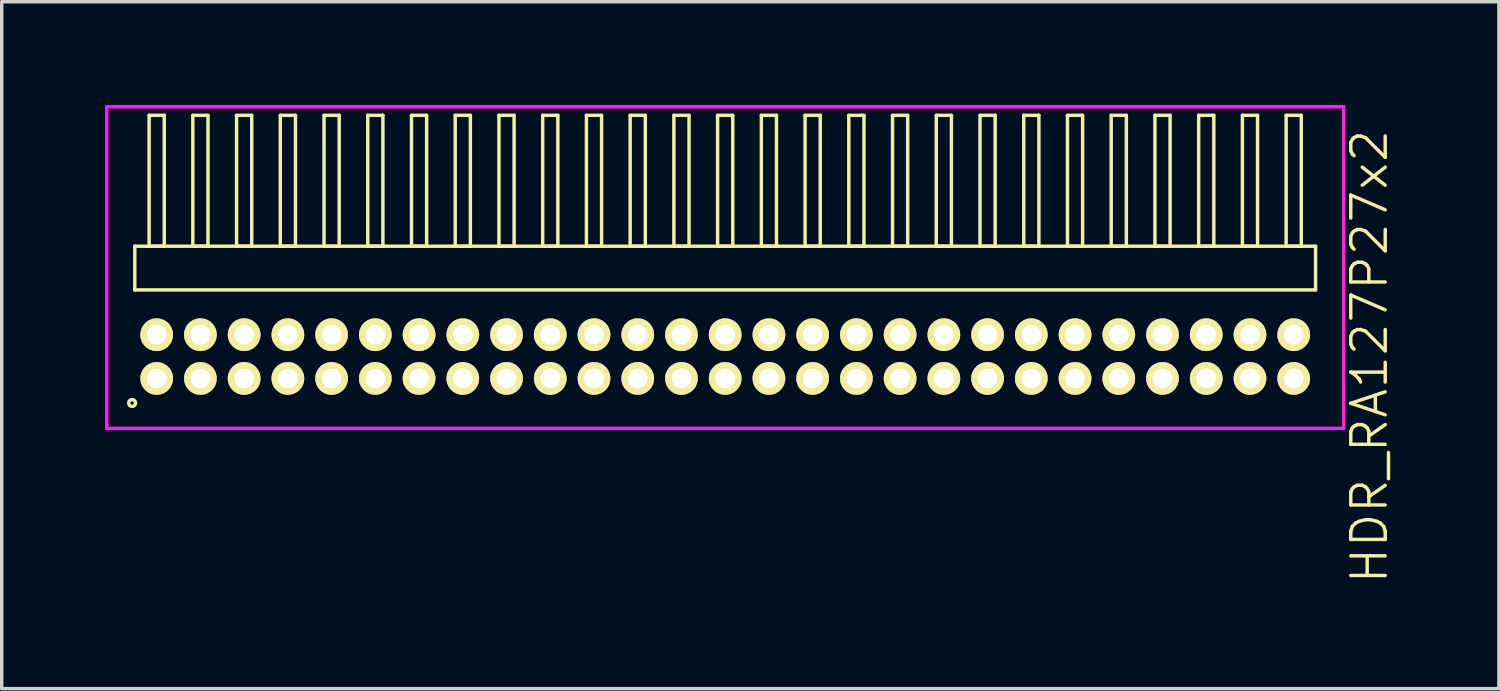
<source format=kicad_pcb>
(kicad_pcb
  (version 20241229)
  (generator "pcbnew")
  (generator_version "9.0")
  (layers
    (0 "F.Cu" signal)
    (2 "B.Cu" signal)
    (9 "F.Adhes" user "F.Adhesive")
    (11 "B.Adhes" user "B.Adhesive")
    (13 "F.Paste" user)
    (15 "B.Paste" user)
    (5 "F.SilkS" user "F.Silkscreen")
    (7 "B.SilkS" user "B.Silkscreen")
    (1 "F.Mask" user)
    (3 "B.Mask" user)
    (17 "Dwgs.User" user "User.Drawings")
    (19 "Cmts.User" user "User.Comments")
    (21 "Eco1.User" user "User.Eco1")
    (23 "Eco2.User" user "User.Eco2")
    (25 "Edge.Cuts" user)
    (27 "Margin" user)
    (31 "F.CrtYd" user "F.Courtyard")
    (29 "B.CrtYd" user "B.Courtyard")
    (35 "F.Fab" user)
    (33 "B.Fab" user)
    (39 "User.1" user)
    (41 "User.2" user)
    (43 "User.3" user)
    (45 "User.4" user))
  (footprint "HDR_RA127P27x2"
    (layer "F.Cu")
    (at 18.01 7.305)
    (property "Reference" "HDR_RA127P27x2" (at 18.71 0 90) (layer "F.SilkS") (effects (font (size 1 1) (thickness 0.1))))
    (attr through_hole)
    (fp_line (start -17.145 -3.205) (end -17.145 -1.935) (stroke (width 0.1) (type solid)) (layer "F.SilkS"))
    (fp_line (start -17.145 -1.935) (end 17.145 -1.935) (stroke (width 0.1) (type solid)) (layer "F.SilkS"))
    (fp_line (start -16.73 -7.005) (end -16.73 -3.205) (stroke (width 0.1) (type solid)) (layer "F.SilkS"))
    (fp_line (start -16.73 -3.205) (end -16.29 -3.205) (stroke (width 0.1) (type solid)) (layer "F.SilkS"))
    (fp_line (start -16.29 -7.005) (end -16.73 -7.005) (stroke (width 0.1) (type solid)) (layer "F.SilkS"))
    (fp_line (start -16.29 -3.205) (end -16.29 -7.005) (stroke (width 0.1) (type solid)) (layer "F.SilkS"))
    (fp_line (start -15.46 -7.005) (end -15.46 -3.205) (stroke (width 0.1) (type solid)) (layer "F.SilkS"))
    (fp_line (start -15.46 -3.205) (end -15.02 -3.205) (stroke (width 0.1) (type solid)) (layer "F.SilkS"))
    (fp_line (start -15.02 -7.005) (end -15.46 -7.005) (stroke (width 0.1) (type solid)) (layer "F.SilkS"))
    (fp_line (start -15.02 -3.205) (end -15.02 -7.005) (stroke (width 0.1) (type solid)) (layer "F.SilkS"))
    (fp_line (start -14.19 -7.005) (end -14.19 -3.205) (stroke (width 0.1) (type solid)) (layer "F.SilkS"))
    (fp_line (start -14.19 -3.205) (end -13.75 -3.205) (stroke (width 0.1) (type solid)) (layer "F.SilkS"))
    (fp_line (start -13.75 -7.005) (end -14.19 -7.005) (stroke (width 0.1) (type solid)) (layer "F.SilkS"))
    (fp_line (start -13.75 -3.205) (end -13.75 -7.005) (stroke (width 0.1) (type solid)) (layer "F.SilkS"))
    (fp_line (start -12.92 -7.005) (end -12.92 -3.205) (stroke (width 0.1) (type solid)) (layer "F.SilkS"))
    (fp_line (start -12.92 -3.205) (end -12.48 -3.205) (stroke (width 0.1) (type solid)) (layer "F.SilkS"))
    (fp_line (start -12.48 -7.005) (end -12.92 -7.005) (stroke (width 0.1) (type solid)) (layer "F.SilkS"))
    (fp_line (start -12.48 -3.205) (end -12.48 -7.005) (stroke (width 0.1) (type solid)) (layer "F.SilkS"))
    (fp_line (start -11.65 -7.005) (end -11.65 -3.205) (stroke (width 0.1) (type solid)) (layer "F.SilkS"))
    (fp_line (start -11.65 -3.205) (end -11.21 -3.205) (stroke (width 0.1) (type solid)) (layer "F.SilkS"))
    (fp_line (start -11.21 -7.005) (end -11.65 -7.005) (stroke (width 0.1) (type solid)) (layer "F.SilkS"))
    (fp_line (start -11.21 -3.205) (end -11.21 -7.005) (stroke (width 0.1) (type solid)) (layer "F.SilkS"))
    (fp_line (start -10.38 -7.005) (end -10.38 -3.205) (stroke (width 0.1) (type solid)) (layer "F.SilkS"))
    (fp_line (start -10.38 -3.205) (end -9.94 -3.205) (stroke (width 0.1) (type solid)) (layer "F.SilkS"))
    (fp_line (start -9.94 -7.005) (end -10.38 -7.005) (stroke (width 0.1) (type solid)) (layer "F.SilkS"))
    (fp_line (start -9.94 -3.205) (end -9.94 -7.005) (stroke (width 0.1) (type solid)) (layer "F.SilkS"))
    (fp_line (start -9.11 -7.005) (end -9.11 -3.205) (stroke (width 0.1) (type solid)) (layer "F.SilkS"))
    (fp_line (start -9.11 -3.205) (end -8.67 -3.205) (stroke (width 0.1) (type solid)) (layer "F.SilkS"))
    (fp_line (start -8.67 -7.005) (end -9.11 -7.005) (stroke (width 0.1) (type solid)) (layer "F.SilkS"))
    (fp_line (start -8.67 -3.205) (end -8.67 -7.005) (stroke (width 0.1) (type solid)) (layer "F.SilkS"))
    (fp_line (start -7.84 -7.005) (end -7.84 -3.205) (stroke (width 0.1) (type solid)) (layer "F.SilkS"))
    (fp_line (start -7.84 -3.205) (end -7.4 -3.205) (stroke (width 0.1) (type solid)) (layer "F.SilkS"))
    (fp_line (start -7.4 -7.005) (end -7.84 -7.005) (stroke (width 0.1) (type solid)) (layer "F.SilkS"))
    (fp_line (start -7.4 -3.205) (end -7.4 -7.005) (stroke (width 0.1) (type solid)) (layer "F.SilkS"))
    (fp_line (start -6.57 -7.005) (end -6.57 -3.205) (stroke (width 0.1) (type solid)) (layer "F.SilkS"))
    (fp_line (start -6.57 -3.205) (end -6.13 -3.205) (stroke (width 0.1) (type solid)) (layer "F.SilkS"))
    (fp_line (start -6.13 -7.005) (end -6.57 -7.005) (stroke (width 0.1) (type solid)) (layer "F.SilkS"))
    (fp_line (start -6.13 -3.205) (end -6.13 -7.005) (stroke (width 0.1) (type solid)) (layer "F.SilkS"))
    (fp_line (start -5.3 -7.005) (end -5.3 -3.205) (stroke (width 0.1) (type solid)) (layer "F.SilkS"))
    (fp_line (start -5.3 -3.205) (end -4.86 -3.205) (stroke (width 0.1) (type solid)) (layer "F.SilkS"))
    (fp_line (start -4.86 -7.005) (end -5.3 -7.005) (stroke (width 0.1) (type solid)) (layer "F.SilkS"))
    (fp_line (start -4.86 -3.205) (end -4.86 -7.005) (stroke (width 0.1) (type solid)) (layer "F.SilkS"))
    (fp_line (start -4.03 -7.005) (end -4.03 -3.205) (stroke (width 0.1) (type solid)) (layer "F.SilkS"))
    (fp_line (start -4.03 -3.205) (end -3.59 -3.205) (stroke (width 0.1) (type solid)) (layer "F.SilkS"))
    (fp_line (start -3.59 -7.005) (end -4.03 -7.005) (stroke (width 0.1) (type solid)) (layer "F.SilkS"))
    (fp_line (start -3.59 -3.205) (end -3.59 -7.005) (stroke (width 0.1) (type solid)) (layer "F.SilkS"))
    (fp_line (start -2.76 -7.005) (end -2.76 -3.205) (stroke (width 0.1) (type solid)) (layer "F.SilkS"))
    (fp_line (start -2.76 -3.205) (end -2.32 -3.205) (stroke (width 0.1) (type solid)) (layer "F.SilkS"))
    (fp_line (start -2.32 -7.005) (end -2.76 -7.005) (stroke (width 0.1) (type solid)) (layer "F.SilkS"))
    (fp_line (start -2.32 -3.205) (end -2.32 -7.005) (stroke (width 0.1) (type solid)) (layer "F.SilkS"))
    (fp_line (start -1.49 -7.005) (end -1.49 -3.205) (stroke (width 0.1) (type solid)) (layer "F.SilkS"))
    (fp_line (start -1.49 -3.205) (end -1.05 -3.205) (stroke (width 0.1) (type solid)) (layer "F.SilkS"))
    (fp_line (start -1.05 -7.005) (end -1.49 -7.005) (stroke (width 0.1) (type solid)) (layer "F.SilkS"))
    (fp_line (start -1.05 -3.205) (end -1.05 -7.005) (stroke (width 0.1) (type solid)) (layer "F.SilkS"))
    (fp_line (start -0.22 -7.005) (end -0.22 -3.205) (stroke (width 0.1) (type solid)) (layer "F.SilkS"))
    (fp_line (start -0.22 -3.205) (end 0.22 -3.205) (stroke (width 0.1) (type solid)) (layer "F.SilkS"))
    (fp_line (start 0.22 -7.005) (end -0.22 -7.005) (stroke (width 0.1) (type solid)) (layer "F.SilkS"))
    (fp_line (start 0.22 -3.205) (end 0.22 -7.005) (stroke (width 0.1) (type solid)) (layer "F.SilkS"))
    (fp_line (start 1.05 -7.005) (end 1.05 -3.205) (stroke (width 0.1) (type solid)) (layer "F.SilkS"))
    (fp_line (start 1.05 -3.205) (end 1.49 -3.205) (stroke (width 0.1) (type solid)) (layer "F.SilkS"))
    (fp_line (start 1.49 -7.005) (end 1.05 -7.005) (stroke (width 0.1) (type solid)) (layer "F.SilkS"))
    (fp_line (start 1.49 -3.205) (end 1.49 -7.005) (stroke (width 0.1) (type solid)) (layer "F.SilkS"))
    (fp_line (start 2.32 -7.005) (end 2.32 -3.205) (stroke (width 0.1) (type solid)) (layer "F.SilkS"))
    (fp_line (start 2.32 -3.205) (end 2.76 -3.205) (stroke (width 0.1) (type solid)) (layer "F.SilkS"))
    (fp_line (start 2.76 -7.005) (end 2.32 -7.005) (stroke (width 0.1) (type solid)) (layer "F.SilkS"))
    (fp_line (start 2.76 -3.205) (end 2.76 -7.005) (stroke (width 0.1) (type solid)) (layer "F.SilkS"))
    (fp_line (start 3.59 -7.005) (end 3.59 -3.205) (stroke (width 0.1) (type solid)) (layer "F.SilkS"))
    (fp_line (start 3.59 -3.205) (end 4.03 -3.205) (stroke (width 0.1) (type solid)) (layer "F.SilkS"))
    (fp_line (start 4.03 -7.005) (end 3.59 -7.005) (stroke (width 0.1) (type solid)) (layer "F.SilkS"))
    (fp_line (start 4.03 -3.205) (end 4.03 -7.005) (stroke (width 0.1) (type solid)) (layer "F.SilkS"))
    (fp_line (start 4.86 -7.005) (end 4.86 -3.205) (stroke (width 0.1) (type solid)) (layer "F.SilkS"))
    (fp_line (start 4.86 -3.205) (end 5.3 -3.205) (stroke (width 0.1) (type solid)) (layer "F.SilkS"))
    (fp_line (start 5.3 -7.005) (end 4.86 -7.005) (stroke (width 0.1) (type solid)) (layer "F.SilkS"))
    (fp_line (start 5.3 -3.205) (end 5.3 -7.005) (stroke (width 0.1) (type solid)) (layer "F.SilkS"))
    (fp_line (start 6.13 -7.005) (end 6.13 -3.205) (stroke (width 0.1) (type solid)) (layer "F.SilkS"))
    (fp_line (start 6.13 -3.205) (end 6.57 -3.205) (stroke (width 0.1) (type solid)) (layer "F.SilkS"))
    (fp_line (start 6.57 -7.005) (end 6.13 -7.005) (stroke (width 0.1) (type solid)) (layer "F.SilkS"))
    (fp_line (start 6.57 -3.205) (end 6.57 -7.005) (stroke (width 0.1) (type solid)) (layer "F.SilkS"))
    (fp_line (start 7.4 -7.005) (end 7.4 -3.205) (stroke (width 0.1) (type solid)) (layer "F.SilkS"))
    (fp_line (start 7.4 -3.205) (end 7.84 -3.205) (stroke (width 0.1) (type solid)) (layer "F.SilkS"))
    (fp_line (start 7.84 -7.005) (end 7.4 -7.005) (stroke (width 0.1) (type solid)) (layer "F.SilkS"))
    (fp_line (start 7.84 -3.205) (end 7.84 -7.005) (stroke (width 0.1) (type solid)) (layer "F.SilkS"))
    (fp_line (start 8.67 -7.005) (end 8.67 -3.205) (stroke (width 0.1) (type solid)) (layer "F.SilkS"))
    (fp_line (start 8.67 -3.205) (end 9.11 -3.205) (stroke (width 0.1) (type solid)) (layer "F.SilkS"))
    (fp_line (start 9.11 -7.005) (end 8.67 -7.005) (stroke (width 0.1) (type solid)) (layer "F.SilkS"))
    (fp_line (start 9.11 -3.205) (end 9.11 -7.005) (stroke (width 0.1) (type solid)) (layer "F.SilkS"))
    (fp_line (start 9.94 -7.005) (end 9.94 -3.205) (stroke (width 0.1) (type solid)) (layer "F.SilkS"))
    (fp_line (start 9.94 -3.205) (end 10.38 -3.205) (stroke (width 0.1) (type solid)) (layer "F.SilkS"))
    (fp_line (start 10.38 -7.005) (end 9.94 -7.005) (stroke (width 0.1) (type solid)) (layer "F.SilkS"))
    (fp_line (start 10.38 -3.205) (end 10.38 -7.005) (stroke (width 0.1) (type solid)) (layer "F.SilkS"))
    (fp_line (start 11.21 -7.005) (end 11.21 -3.205) (stroke (width 0.1) (type solid)) (layer "F.SilkS"))
    (fp_line (start 11.21 -3.205) (end 11.65 -3.205) (stroke (width 0.1) (type solid)) (layer "F.SilkS"))
    (fp_line (start 11.65 -7.005) (end 11.21 -7.005) (stroke (width 0.1) (type solid)) (layer "F.SilkS"))
    (fp_line (start 11.65 -3.205) (end 11.65 -7.005) (stroke (width 0.1) (type solid)) (layer "F.SilkS"))
    (fp_line (start 12.48 -7.005) (end 12.48 -3.205) (stroke (width 0.1) (type solid)) (layer "F.SilkS"))
    (fp_line (start 12.48 -3.205) (end 12.92 -3.205) (stroke (width 0.1) (type solid)) (layer "F.SilkS"))
    (fp_line (start 12.92 -7.005) (end 12.48 -7.005) (stroke (width 0.1) (type solid)) (layer "F.SilkS"))
    (fp_line (start 12.92 -3.205) (end 12.92 -7.005) (stroke (width 0.1) (type solid)) (layer "F.SilkS"))
    (fp_line (start 13.75 -7.005) (end 13.75 -3.205) (stroke (width 0.1) (type solid)) (layer "F.SilkS"))
    (fp_line (start 13.75 -3.205) (end 14.19 -3.205) (stroke (width 0.1) (type solid)) (layer "F.SilkS"))
    (fp_line (start 14.19 -7.005) (end 13.75 -7.005) (stroke (width 0.1) (type solid)) (layer "F.SilkS"))
    (fp_line (start 14.19 -3.205) (end 14.19 -7.005) (stroke (width 0.1) (type solid)) (layer "F.SilkS"))
    (fp_line (start 15.02 -7.005) (end 15.02 -3.205) (stroke (width 0.1) (type solid)) (layer "F.SilkS"))
    (fp_line (start 15.02 -3.205) (end 15.46 -3.205) (stroke (width 0.1) (type solid)) (layer "F.SilkS"))
    (fp_line (start 15.46 -7.005) (end 15.02 -7.005) (stroke (width 0.1) (type solid)) (layer "F.SilkS"))
    (fp_line (start 15.46 -3.205) (end 15.46 -7.005) (stroke (width 0.1) (type solid)) (layer "F.SilkS"))
    (fp_line (start 16.29 -7.005) (end 16.29 -3.205) (stroke (width 0.1) (type solid)) (layer "F.SilkS"))
    (fp_line (start 16.29 -3.205) (end 16.73 -3.205) (stroke (width 0.1) (type solid)) (layer "F.SilkS"))
    (fp_line (start 16.73 -7.005) (end 16.29 -7.005) (stroke (width 0.1) (type solid)) (layer "F.SilkS"))
    (fp_line (start 16.73 -3.205) (end 16.73 -7.005) (stroke (width 0.1) (type solid)) (layer "F.SilkS"))
    (fp_line (start 17.145 -3.205) (end -17.145 -3.205) (stroke (width 0.1) (type solid)) (layer "F.SilkS"))
    (fp_line (start 17.145 -1.935) (end 17.145 -3.205) (stroke (width 0.1) (type solid)) (layer "F.SilkS"))
    (fp_circle (center -17.223 1.348) (end -17.123 1.348) (stroke (width 0.1) (type solid)) (fill no) (layer "F.SilkS"))
    (fp_line (start -17.96 -7.255) (end -17.96 2.085) (stroke (width 0.1) (type solid)) (layer "F.CrtYd"))
    (fp_line (start -17.96 2.085) (end 17.96 2.085) (stroke (width 0.1) (type solid)) (layer "F.CrtYd"))
    (fp_line (start 17.96 -7.255) (end -17.96 -7.255) (stroke (width 0.1) (type solid)) (layer "F.CrtYd"))
    (fp_line (start 17.96 2.085) (end 17.96 -7.255) (stroke (width 0.1) (type solid)) (layer "F.CrtYd"))
    (pad "1" thru_hole oval (at -16.51 0.635) (size 0.95 0.95) (drill 0.57) (layers "*.Cu" "*.Mask" "F.SilkS"))
    (pad "2" thru_hole oval (at -16.51 -0.635) (size 0.95 0.95) (drill 0.57) (layers "*.Cu" "*.Mask" "F.SilkS"))
    (pad "3" thru_hole oval (at -15.24 0.635) (size 0.95 0.95) (drill 0.57) (layers "*.Cu" "*.Mask" "F.SilkS"))
    (pad "4" thru_hole oval (at -15.24 -0.635) (size 0.95 0.95) (drill 0.57) (layers "*.Cu" "*.Mask" "F.SilkS"))
    (pad "5" thru_hole oval (at -13.97 0.635) (size 0.95 0.95) (drill 0.57) (layers "*.Cu" "*.Mask" "F.SilkS"))
    (pad "6" thru_hole oval (at -13.97 -0.635) (size 0.95 0.95) (drill 0.57) (layers "*.Cu" "*.Mask" "F.SilkS"))
    (pad "7" thru_hole oval (at -12.7 0.635) (size 0.95 0.95) (drill 0.57) (layers "*.Cu" "*.Mask" "F.SilkS"))
    (pad "8" thru_hole oval (at -12.7 -0.635) (size 0.95 0.95) (drill 0.57) (layers "*.Cu" "*.Mask" "F.SilkS"))
    (pad "9" thru_hole oval (at -11.43 0.635) (size 0.95 0.95) (drill 0.57) (layers "*.Cu" "*.Mask" "F.SilkS"))
    (pad "10" thru_hole oval (at -11.43 -0.635) (size 0.95 0.95) (drill 0.57) (layers "*.Cu" "*.Mask" "F.SilkS"))
    (pad "11" thru_hole oval (at -10.16 0.635) (size 0.95 0.95) (drill 0.57) (layers "*.Cu" "*.Mask" "F.SilkS"))
    (pad "12" thru_hole oval (at -10.16 -0.635) (size 0.95 0.95) (drill 0.57) (layers "*.Cu" "*.Mask" "F.SilkS"))
    (pad "13" thru_hole oval (at -8.89 0.635) (size 0.95 0.95) (drill 0.57) (layers "*.Cu" "*.Mask" "F.SilkS"))
    (pad "14" thru_hole oval (at -8.89 -0.635) (size 0.95 0.95) (drill 0.57) (layers "*.Cu" "*.Mask" "F.SilkS"))
    (pad "15" thru_hole oval (at -7.62 0.635) (size 0.95 0.95) (drill 0.57) (layers "*.Cu" "*.Mask" "F.SilkS"))
    (pad "16" thru_hole oval (at -7.62 -0.635) (size 0.95 0.95) (drill 0.57) (layers "*.Cu" "*.Mask" "F.SilkS"))
    (pad "17" thru_hole oval (at -6.35 0.635) (size 0.95 0.95) (drill 0.57) (layers "*.Cu" "*.Mask" "F.SilkS"))
    (pad "18" thru_hole oval (at -6.35 -0.635) (size 0.95 0.95) (drill 0.57) (layers "*.Cu" "*.Mask" "F.SilkS"))
    (pad "19" thru_hole oval (at -5.08 0.635) (size 0.95 0.95) (drill 0.57) (layers "*.Cu" "*.Mask" "F.SilkS"))
    (pad "20" thru_hole oval (at -5.08 -0.635) (size 0.95 0.95) (drill 0.57) (layers "*.Cu" "*.Mask" "F.SilkS"))
    (pad "21" thru_hole oval (at -3.81 0.635) (size 0.95 0.95) (drill 0.57) (layers "*.Cu" "*.Mask" "F.SilkS"))
    (pad "22" thru_hole oval (at -3.81 -0.635) (size 0.95 0.95) (drill 0.57) (layers "*.Cu" "*.Mask" "F.SilkS"))
    (pad "23" thru_hole oval (at -2.54 0.635) (size 0.95 0.95) (drill 0.57) (layers "*.Cu" "*.Mask" "F.SilkS"))
    (pad "24" thru_hole oval (at -2.54 -0.635) (size 0.95 0.95) (drill 0.57) (layers "*.Cu" "*.Mask" "F.SilkS"))
    (pad "25" thru_hole oval (at -1.27 0.635) (size 0.95 0.95) (drill 0.57) (layers "*.Cu" "*.Mask" "F.SilkS"))
    (pad "26" thru_hole oval (at -1.27 -0.635) (size 0.95 0.95) (drill 0.57) (layers "*.Cu" "*.Mask" "F.SilkS"))
    (pad "27" thru_hole oval (at 0 0.635) (size 0.95 0.95) (drill 0.57) (layers "*.Cu" "*.Mask" "F.SilkS"))
    (pad "28" thru_hole oval (at 0 -0.635) (size 0.95 0.95) (drill 0.57) (layers "*.Cu" "*.Mask" "F.SilkS"))
    (pad "29" thru_hole oval (at 1.27 0.635) (size 0.95 0.95) (drill 0.57) (layers "*.Cu" "*.Mask" "F.SilkS"))
    (pad "30" thru_hole oval (at 1.27 -0.635) (size 0.95 0.95) (drill 0.57) (layers "*.Cu" "*.Mask" "F.SilkS"))
    (pad "31" thru_hole oval (at 2.54 0.635) (size 0.95 0.95) (drill 0.57) (layers "*.Cu" "*.Mask" "F.SilkS"))
    (pad "32" thru_hole oval (at 2.54 -0.635) (size 0.95 0.95) (drill 0.57) (layers "*.Cu" "*.Mask" "F.SilkS"))
    (pad "33" thru_hole oval (at 3.81 0.635) (size 0.95 0.95) (drill 0.57) (layers "*.Cu" "*.Mask" "F.SilkS"))
    (pad "34" thru_hole oval (at 3.81 -0.635) (size 0.95 0.95) (drill 0.57) (layers "*.Cu" "*.Mask" "F.SilkS"))
    (pad "35" thru_hole oval (at 5.08 0.635) (size 0.95 0.95) (drill 0.57) (layers "*.Cu" "*.Mask" "F.SilkS"))
    (pad "36" thru_hole oval (at 5.08 -0.635) (size 0.95 0.95) (drill 0.57) (layers "*.Cu" "*.Mask" "F.SilkS"))
    (pad "37" thru_hole oval (at 6.35 0.635) (size 0.95 0.95) (drill 0.57) (layers "*.Cu" "*.Mask" "F.SilkS"))
    (pad "38" thru_hole oval (at 6.35 -0.635) (size 0.95 0.95) (drill 0.57) (layers "*.Cu" "*.Mask" "F.SilkS"))
    (pad "39" thru_hole oval (at 7.62 0.635) (size 0.95 0.95) (drill 0.57) (layers "*.Cu" "*.Mask" "F.SilkS"))
    (pad "40" thru_hole oval (at 7.62 -0.635) (size 0.95 0.95) (drill 0.57) (layers "*.Cu" "*.Mask" "F.SilkS"))
    (pad "41" thru_hole oval (at 8.89 0.635) (size 0.95 0.95) (drill 0.57) (layers "*.Cu" "*.Mask" "F.SilkS"))
    (pad "42" thru_hole oval (at 8.89 -0.635) (size 0.95 0.95) (drill 0.57) (layers "*.Cu" "*.Mask" "F.SilkS"))
    (pad "43" thru_hole oval (at 10.16 0.635) (size 0.95 0.95) (drill 0.57) (layers "*.Cu" "*.Mask" "F.SilkS"))
    (pad "44" thru_hole oval (at 10.16 -0.635) (size 0.95 0.95) (drill 0.57) (layers "*.Cu" "*.Mask" "F.SilkS"))
    (pad "45" thru_hole oval (at 11.43 0.635) (size 0.95 0.95) (drill 0.57) (layers "*.Cu" "*.Mask" "F.SilkS"))
    (pad "46" thru_hole oval (at 11.43 -0.635) (size 0.95 0.95) (drill 0.57) (layers "*.Cu" "*.Mask" "F.SilkS"))
    (pad "47" thru_hole oval (at 12.7 0.635) (size 0.95 0.95) (drill 0.57) (layers "*.Cu" "*.Mask" "F.SilkS"))
    (pad "48" thru_hole oval (at 12.7 -0.635) (size 0.95 0.95) (drill 0.57) (layers "*.Cu" "*.Mask" "F.SilkS"))
    (pad "49" thru_hole oval (at 13.97 0.635) (size 0.95 0.95) (drill 0.57) (layers "*.Cu" "*.Mask" "F.SilkS"))
    (pad "50" thru_hole oval (at 13.97 -0.635) (size 0.95 0.95) (drill 0.57) (layers "*.Cu" "*.Mask" "F.SilkS"))
    (pad "51" thru_hole oval (at 15.24 0.635) (size 0.95 0.95) (drill 0.57) (layers "*.Cu" "*.Mask" "F.SilkS"))
    (pad "52" thru_hole oval (at 15.24 -0.635) (size 0.95 0.95) (drill 0.57) (layers "*.Cu" "*.Mask" "F.SilkS"))
    (pad "53" thru_hole oval (at 16.51 0.635) (size 0.95 0.95) (drill 0.57) (layers "*.Cu" "*.Mask" "F.SilkS"))
    (pad "54" thru_hole oval (at 16.51 -0.635) (size 0.95 0.95) (drill 0.57) (layers "*.Cu" "*.Mask" "F.SilkS")))
  (gr_rect
    (start -3 -3)
    (end 40.48 16.95)
    (stroke (width 0.1) (type default))
    (fill no)
    (layer "Edge.Cuts")))
</source>
